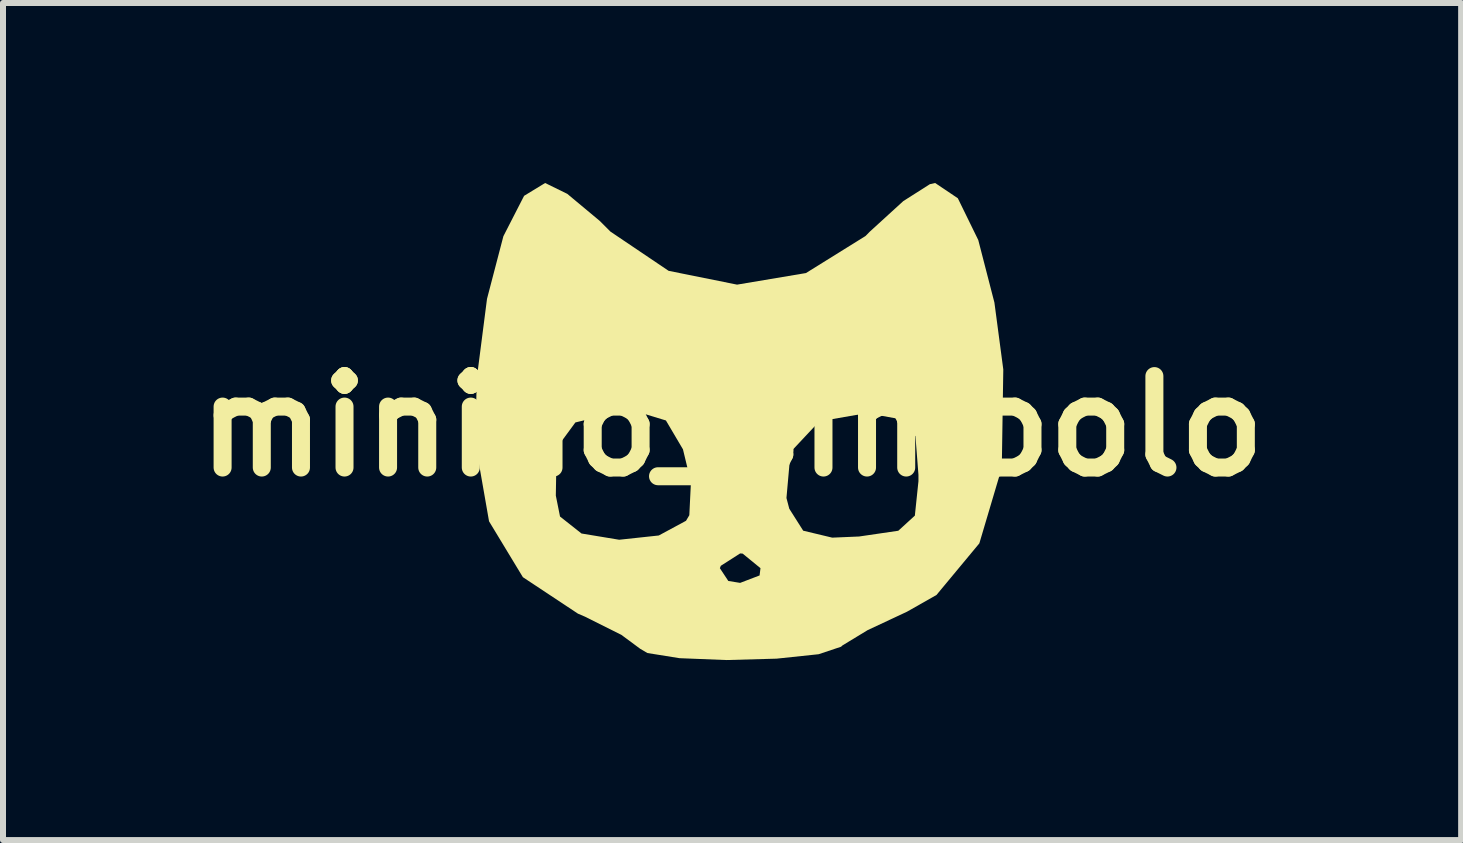
<source format=kicad_pcb>
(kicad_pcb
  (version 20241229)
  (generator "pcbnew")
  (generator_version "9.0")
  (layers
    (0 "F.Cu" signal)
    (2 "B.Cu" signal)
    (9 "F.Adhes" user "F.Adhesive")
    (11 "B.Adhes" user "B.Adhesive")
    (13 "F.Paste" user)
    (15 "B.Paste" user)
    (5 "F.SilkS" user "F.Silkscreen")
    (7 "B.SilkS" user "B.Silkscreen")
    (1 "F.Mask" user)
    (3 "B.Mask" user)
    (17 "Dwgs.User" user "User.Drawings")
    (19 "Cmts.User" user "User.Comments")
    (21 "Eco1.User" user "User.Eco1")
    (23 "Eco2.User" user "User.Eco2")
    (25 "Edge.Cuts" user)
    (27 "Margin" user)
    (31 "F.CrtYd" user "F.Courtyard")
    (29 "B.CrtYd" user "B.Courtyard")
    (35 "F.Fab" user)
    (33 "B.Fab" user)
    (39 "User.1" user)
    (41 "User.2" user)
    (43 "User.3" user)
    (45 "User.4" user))
  (footprint "minino_simbolo"
    (layer "F.Cu")
    (at 9.151 4.053)
    (property "Reference" "minino_simbolo" (at 0 0 0) (layer "F.SilkS") (effects (font (size 1.524 1.524) (thickness 0.3))))
    (attr board_only exclude_from_pos_files exclude_from_bom)
    (fp_poly (pts (xy 3.763 -3.799) (xy 4.104 -3.102) (xy 4.373 -2.06) (xy 4.521 -0.945) (xy 4.496 0.693) (xy 4.122 1.953) (xy 3.407 2.814) (xy 2.915 3.093) (xy 2.261 3.399) (xy 1.841 3.654) (xy 1.817 3.676) (xy 1.443 3.801) (xy 0.742 3.875) (xy -0.094 3.898) (xy -0.875 3.867) (xy -1.411 3.781) (xy -1.53 3.711) (xy -1.845 3.478) (xy -2.451 3.175) (xy -2.568 3.125) (xy -3.486 2.517) (xy -3.577 2.367) (xy -0.203 2.367) (xy -0.062 2.58) (xy 0.135 2.612) (xy 0.459 2.488) (xy 0.474 2.367) (xy 0.177 2.124) (xy 0.135 2.121) (xy -0.187 2.327) (xy -0.203 2.367) (xy -3.577 2.367) (xy -4.05 1.586) (xy -4.125 1.157) (xy -2.937 1.157) (xy -2.867 1.506) (xy -2.509 1.789) (xy -1.881 1.893) (xy -1.221 1.822) (xy -0.767 1.577) (xy -0.712 1.484) (xy -0.698 1.197) (xy 0.907 1.197) (xy 0.954 1.376) (xy 1.186 1.742) (xy 1.67 1.858) (xy 2.117 1.839) (xy 2.771 1.743) (xy 3.047 1.491) (xy 3.107 0.917) (xy 3.107 0.811) (xy 3.057 0.168) (xy 2.806 -0.116) (xy 2.247 -0.218) (xy 1.454 -0.08) (xy 0.975 0.432) (xy 0.907 1.197) (xy -0.698 1.197) (xy -0.685 0.937) (xy -0.818 0.386) (xy -1.102 -0.095) (xy -1.575 -0.239) (xy -1.959 -0.22) (xy -2.611 -0.062) (xy -2.891 0.319) (xy -2.926 0.493) (xy -2.937 1.157) (xy -4.125 1.157) (xy -4.278 0.283) (xy -4.255 -0.793) (xy -4.084 -2.122) (xy -3.811 -3.166) (xy -3.466 -3.839) (xy -3.115 -4.053) (xy -2.746 -3.872) (xy -2.205 -3.421) (xy -2.027 -3.243) (xy -1.057 -2.589) (xy 0.084 -2.359) (xy 1.232 -2.552) (xy 2.224 -3.169) (xy 2.297 -3.243) (xy 2.854 -3.751) (xy 3.297 -4.033) (xy 3.385 -4.053)) (stroke (width 0) (type solid)) (fill yes) (layer "F.SilkS")))
  (gr_rect
    (start -3 -3)
    (end 21.303 10.951)
    (stroke (width 0.1) (type default))
    (fill no)
    (layer "Edge.Cuts")))
</source>
